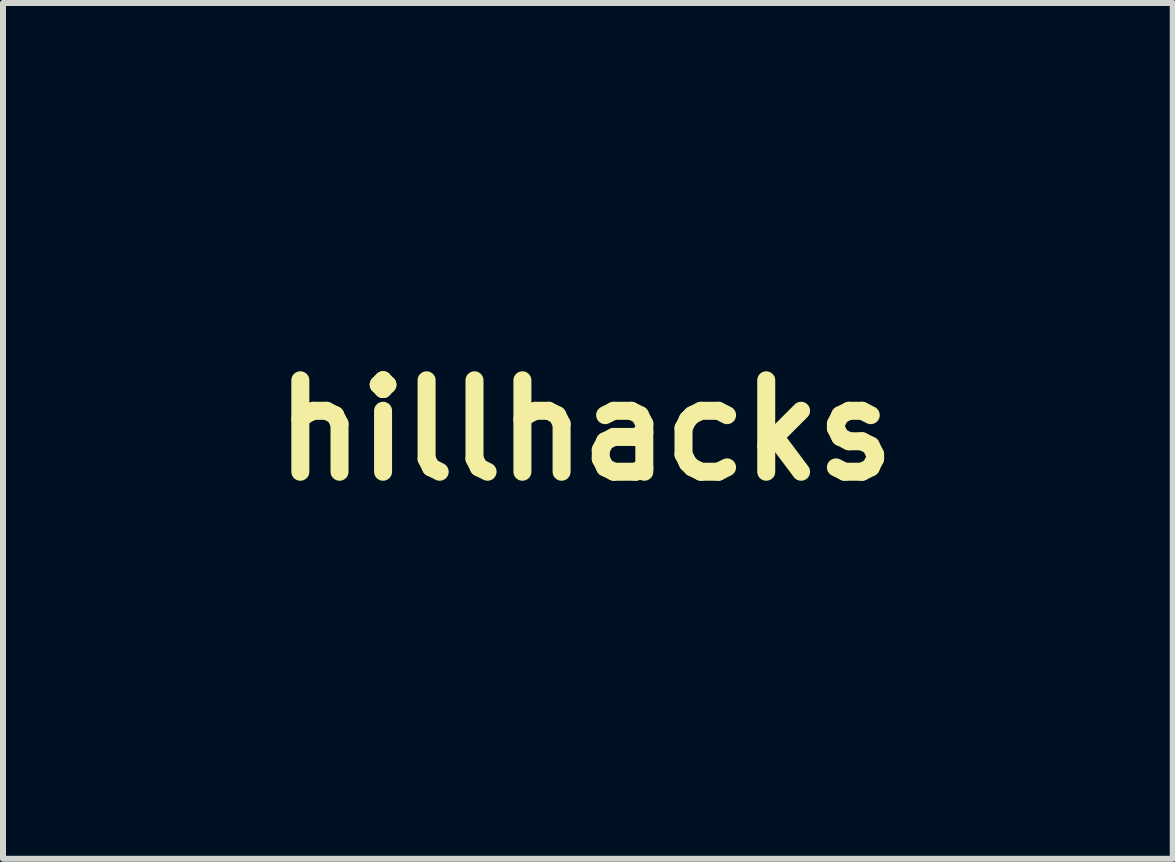
<source format=kicad_pcb>
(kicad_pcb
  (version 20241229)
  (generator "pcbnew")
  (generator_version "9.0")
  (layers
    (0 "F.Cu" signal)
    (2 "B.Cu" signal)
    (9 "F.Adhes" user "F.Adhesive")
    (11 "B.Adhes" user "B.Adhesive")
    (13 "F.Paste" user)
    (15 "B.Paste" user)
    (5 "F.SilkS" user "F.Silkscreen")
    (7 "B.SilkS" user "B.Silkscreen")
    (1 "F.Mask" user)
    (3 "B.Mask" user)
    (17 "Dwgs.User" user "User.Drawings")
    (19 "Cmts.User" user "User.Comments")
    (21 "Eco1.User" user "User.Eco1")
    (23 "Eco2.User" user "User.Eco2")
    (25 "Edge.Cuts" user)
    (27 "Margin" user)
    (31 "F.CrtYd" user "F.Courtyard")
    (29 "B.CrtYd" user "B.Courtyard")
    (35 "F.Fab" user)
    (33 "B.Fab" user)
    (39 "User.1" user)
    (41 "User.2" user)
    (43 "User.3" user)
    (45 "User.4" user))
  (footprint "hillhacks"
    (layer "F.Cu")
    (at 6.709 4.123)
    (property "Reference" "hillhacks" (at 0 0 0) (layer "F.SilkS") (effects (font (size 1.524 1.524) (thickness 0.3))))
    (attr through_hole)
    (fp_poly (pts (xy 3.708 -0.8) (xy 3.696 -0.787) (xy 3.683 -0.8) (xy 3.696 -0.813) (xy 3.708 -0.8)) (stroke (width 0.01) (type solid)) (fill yes) (layer "F.Mask"))
    (fp_poly (pts (xy 3.988 -2.172) (xy 3.975 -2.159) (xy 3.962 -2.172) (xy 3.975 -2.184) (xy 3.988 -2.172)) (stroke (width 0.01) (type solid)) (fill yes) (layer "F.Mask"))
    (fp_poly (pts (xy 5.08 -2.629) (xy 5.067 -2.616) (xy 5.055 -2.629) (xy 5.067 -2.642) (xy 5.08 -2.629)) (stroke (width 0.01) (type solid)) (fill yes) (layer "F.Mask"))
    (fp_poly (pts (xy 6.579 0.241) (xy 6.566 0.254) (xy 6.553 0.241) (xy 6.566 0.229) (xy 6.579 0.241)) (stroke (width 0.01) (type solid)) (fill yes) (layer "F.Mask"))
    (fp_poly (pts (xy 3.624 -2.633) (xy 3.62 -2.618) (xy 3.607 -2.616) (xy 3.586 -2.625) (xy 3.59 -2.633) (xy 3.62 -2.636) (xy 3.624 -2.633)) (stroke (width 0.01) (type solid)) (fill yes) (layer "F.Mask"))
    (fp_poly (pts (xy 3.802 -2.252) (xy 3.805 -2.222) (xy 3.802 -2.218) (xy 3.786 -2.222) (xy 3.785 -2.235) (xy 3.794 -2.256) (xy 3.802 -2.252)) (stroke (width 0.01) (type solid)) (fill yes) (layer "F.Mask"))
    (fp_poly (pts (xy 4.157 -2.125) (xy 4.16 -2.095) (xy 4.157 -2.091) (xy 4.142 -2.095) (xy 4.14 -2.108) (xy 4.149 -2.129) (xy 4.157 -2.125)) (stroke (width 0.01) (type solid)) (fill yes) (layer "F.Mask"))
    (fp_poly (pts (xy 5.783 -1.897) (xy 5.779 -1.881) (xy 5.766 -1.88) (xy 5.745 -1.889) (xy 5.749 -1.897) (xy 5.779 -1.9) (xy 5.783 -1.897)) (stroke (width 0.01) (type solid)) (fill yes) (layer "F.Mask"))
    (fp_poly (pts (xy 4.748 0.031) (xy 4.744 0.054) (xy 4.73 0.073) (xy 4.714 0.054) (xy 4.704 0.017) (xy 4.709 0.007) (xy 4.734 0.003) (xy 4.748 0.031)) (stroke (width 0.01) (type solid)) (fill yes) (layer "F.Mask"))
    (fp_poly (pts (xy 0.431 -0.641) (xy 0.432 -0.635) (xy 0.411 -0.613) (xy 0.392 -0.61) (xy 0.366 -0.622) (xy 0.368 -0.635) (xy 0.401 -0.659) (xy 0.408 -0.66) (xy 0.431 -0.641)) (stroke (width 0.01) (type solid)) (fill yes) (layer "F.Mask"))
    (fp_poly (pts (xy 2.15 -0.492) (xy 2.146 -0.483) (xy 2.123 -0.458) (xy 2.119 -0.457) (xy 2.108 -0.477) (xy 2.108 -0.483) (xy 2.128 -0.507) (xy 2.135 -0.508) (xy 2.15 -0.492)) (stroke (width 0.01) (type solid)) (fill yes) (layer "F.Mask"))
    (fp_poly (pts (xy 2.181 -0.337) (xy 2.184 -0.319) (xy 2.171 -0.284) (xy 2.159 -0.279) (xy 2.134 -0.298) (xy 2.134 -0.303) (xy 2.152 -0.338) (xy 2.159 -0.343) (xy 2.181 -0.337)) (stroke (width 0.01) (type solid)) (fill yes) (layer "F.Mask"))
    (fp_poly (pts (xy 2.811 -0.568) (xy 2.807 -0.559) (xy 2.783 -0.535) (xy 2.778 -0.533) (xy 2.777 -0.55) (xy 2.781 -0.559) (xy 2.805 -0.583) (xy 2.81 -0.584) (xy 2.811 -0.568)) (stroke (width 0.01) (type solid)) (fill yes) (layer "F.Mask"))
    (fp_poly (pts (xy 5.181 -0.668) (xy 5.182 -0.662) (xy 5.163 -0.627) (xy 5.156 -0.622) (xy 5.134 -0.628) (xy 5.131 -0.646) (xy 5.144 -0.681) (xy 5.156 -0.686) (xy 5.181 -0.668)) (stroke (width 0.01) (type solid)) (fill yes) (layer "F.Mask"))
    (fp_poly (pts (xy 6.777 -0.8) (xy 6.782 -0.787) (xy 6.764 -0.763) (xy 6.758 -0.762) (xy 6.723 -0.78) (xy 6.718 -0.787) (xy 6.724 -0.809) (xy 6.742 -0.813) (xy 6.777 -0.8)) (stroke (width 0.01) (type solid)) (fill yes) (layer "F.Mask"))
    (fp_poly (pts (xy 6.474 0.02) (xy 6.502 0.029) (xy 6.561 0.064) (xy 6.579 0.101) (xy 6.563 0.149) (xy 6.525 0.159) (xy 6.48 0.132) (xy 6.466 0.114) (xy 6.431 0.05) (xy 6.433 0.02) (xy 6.474 0.02)) (stroke (width 0.01) (type solid)) (fill yes) (layer "F.Mask"))
    (fp_poly (pts (xy 0.429 -0.402) (xy 0.404 -0.371) (xy 0.381 -0.356) (xy 0.342 -0.341) (xy 0.33 -0.362) (xy 0.33 -0.367) (xy 0.336 -0.402) (xy 0.341 -0.406) (xy 0.371 -0.414) (xy 0.392 -0.422) (xy 0.426 -0.424) (xy 0.429 -0.402)) (stroke (width 0.01) (type solid)) (fill yes) (layer "F.Mask"))
    (fp_poly (pts (xy 1.972 -1.324) (xy 2.013 -1.279) (xy 2.028 -1.231) (xy 2.028 -1.228) (xy 2.002 -1.186) (xy 1.961 -1.174) (xy 1.925 -1.198) (xy 1.921 -1.207) (xy 1.907 -1.265) (xy 1.907 -1.318) (xy 1.92 -1.345) (xy 1.924 -1.345) (xy 1.972 -1.324)) (stroke (width 0.01) (type solid)) (fill yes) (layer "F.Mask"))
    (fp_poly (pts (xy -4.006 -3.97) (xy -3.988 -3.947) (xy -3.969 -3.906) (xy -3.954 -3.894) (xy -3.915 -3.847) (xy -3.878 -3.762) (xy -3.846 -3.65) (xy -3.823 -3.524) (xy -3.817 -3.46) (xy -3.807 -3.368) (xy -3.795 -3.298) (xy -3.782 -3.263) (xy -3.781 -3.262) (xy -3.77 -3.232) (xy -3.763 -3.171) (xy -3.76 -3.091) (xy -3.76 -3.01) (xy -3.765 -2.941) (xy -3.773 -2.901) (xy -3.778 -2.896) (xy -3.806 -2.915) (xy -3.838 -2.954) (xy -3.872 -3.01) (xy -3.915 -3.091) (xy -3.96 -3.183) (xy -4 -3.271) (xy -4.028 -3.343) (xy -4.039 -3.382) (xy -4.05 -3.426) (xy -4.077 -3.491) (xy -4.085 -3.506) (xy -4.122 -3.588) (xy -4.157 -3.684) (xy -4.165 -3.708) (xy -4.19 -3.782) (xy -4.213 -3.835) (xy -4.221 -3.847) (xy -4.242 -3.895) (xy -4.222 -3.929) (xy -4.191 -3.937) (xy -4.15 -3.945) (xy -4.14 -3.956) (xy -4.118 -3.97) (xy -4.065 -3.978) (xy -4.064 -3.978) (xy -4.006 -3.97)) (stroke (width 0.01) (type solid)) (fill yes) (layer "F.Mask"))
    (fp_poly (pts (xy -3.815 -2.476) (xy -3.81 -2.449) (xy -3.793 -2.399) (xy -3.772 -2.372) (xy -3.745 -2.327) (xy -3.713 -2.252) (xy -3.693 -2.189) (xy -3.667 -2.109) (xy -3.643 -2.051) (xy -3.63 -2.031) (xy -3.618 -1.999) (xy -3.608 -1.925) (xy -3.598 -1.816) (xy -3.59 -1.68) (xy -3.584 -1.525) (xy -3.58 -1.359) (xy -3.579 -1.19) (xy -3.58 -1.027) (xy -3.583 -0.913) (xy -3.589 -0.761) (xy -3.595 -0.652) (xy -3.603 -0.577) (xy -3.613 -0.526) (xy -3.628 -0.493) (xy -3.648 -0.467) (xy -3.653 -0.462) (xy -3.693 -0.424) (xy -3.715 -0.409) (xy -3.715 -0.409) (xy -3.741 -0.417) (xy -3.763 -0.423) (xy -3.8 -0.452) (xy -3.84 -0.51) (xy -3.85 -0.528) (xy -3.881 -0.591) (xy -3.906 -0.63) (xy -3.911 -0.635) (xy -3.932 -0.661) (xy -3.974 -0.718) (xy -4.029 -0.796) (xy -4.049 -0.826) (xy -4.111 -0.914) (xy -4.169 -0.99) (xy -4.211 -1.041) (xy -4.219 -1.049) (xy -4.243 -1.077) (xy -4.258 -1.113) (xy -4.264 -1.165) (xy -4.262 -1.244) (xy -4.252 -1.357) (xy -4.241 -1.46) (xy -4.223 -1.583) (xy -4.203 -1.67) (xy -4.181 -1.715) (xy -4.179 -1.716) (xy -4.156 -1.756) (xy -4.134 -1.826) (xy -4.125 -1.877) (xy -4.109 -1.959) (xy -4.087 -2.024) (xy -4.073 -2.045) (xy -4.044 -2.087) (xy -4.039 -2.106) (xy -4.025 -2.133) (xy -4.02 -2.134) (xy -3.995 -2.155) (xy -3.961 -2.209) (xy -3.925 -2.28) (xy -3.895 -2.354) (xy -3.878 -2.413) (xy -3.877 -2.424) (xy -3.863 -2.47) (xy -3.837 -2.489) (xy -3.815 -2.476)) (stroke (width 0.01) (type solid)) (fill yes) (layer "F.Mask"))
    (fp_poly (pts (xy 1.947 1.686) (xy 1.996 1.73) (xy 2.027 1.775) (xy 2.059 1.845) (xy 2.076 1.922) (xy 2.08 2.026) (xy 2.08 2.061) (xy 2.077 2.162) (xy 2.07 2.251) (xy 2.061 2.309) (xy 2.06 2.31) (xy 2.024 2.367) (xy 1.959 2.42) (xy 1.886 2.456) (xy 1.854 2.462) (xy 1.808 2.475) (xy 1.743 2.506) (xy 1.727 2.515) (xy 1.651 2.556) (xy 1.557 2.605) (xy 1.455 2.655) (xy 1.357 2.702) (xy 1.275 2.74) (xy 1.218 2.764) (xy 1.2 2.769) (xy 1.167 2.786) (xy 1.13 2.819) (xy 1.084 2.858) (xy 1.05 2.87) (xy 1.018 2.883) (xy 1.02 2.913) (xy 1.05 2.942) (xy 1.08 2.953) (xy 1.126 2.956) (xy 1.213 2.958) (xy 1.331 2.958) (xy 1.472 2.956) (xy 1.596 2.953) (xy 2.048 2.942) (xy 2.082 3.084) (xy 2.098 3.164) (xy 2.104 3.222) (xy 2.1 3.243) (xy 2.099 3.273) (xy 2.108 3.289) (xy 2.12 3.339) (xy 2.11 3.433) (xy 2.104 3.47) (xy 2.067 3.587) (xy 2.011 3.675) (xy 1.944 3.725) (xy 1.901 3.734) (xy 1.859 3.745) (xy 1.85 3.756) (xy 1.821 3.77) (xy 1.752 3.782) (xy 1.657 3.789) (xy 1.546 3.793) (xy 1.431 3.793) (xy 1.325 3.788) (xy 1.239 3.778) (xy 1.219 3.774) (xy 1.027 3.71) (xy 0.874 3.615) (xy 0.759 3.49) (xy 0.686 3.336) (xy 0.683 3.325) (xy 0.66 3.256) (xy 0.64 3.209) (xy 0.633 3.2) (xy 0.622 3.171) (xy 0.606 3.104) (xy 0.586 3.008) (xy 0.573 2.935) (xy 0.55 2.755) (xy 0.547 2.612) (xy 0.565 2.496) (xy 0.598 2.411) (xy 0.648 2.342) (xy 0.726 2.262) (xy 0.817 2.185) (xy 0.906 2.125) (xy 0.918 2.119) (xy 0.984 2.081) (xy 1.033 2.044) (xy 1.036 2.041) (xy 1.076 2.012) (xy 1.094 2.007) (xy 1.127 1.997) (xy 1.193 1.97) (xy 1.276 1.933) (xy 1.276 1.933) (xy 1.384 1.888) (xy 1.5 1.848) (xy 1.575 1.828) (xy 1.654 1.807) (xy 1.711 1.786) (xy 1.729 1.774) (xy 1.763 1.752) (xy 1.805 1.74) (xy 1.856 1.721) (xy 1.875 1.702) (xy 1.903 1.675) (xy 1.947 1.686)) (stroke (width 0.01) (type solid)) (fill yes) (layer "F.Mask"))
    (fp_poly (pts (xy -2.499 -3.58) (xy -2.483 -3.556) (xy -2.44 -3.492) (xy -2.403 -3.443) (xy -2.397 -3.436) (xy -2.368 -3.382) (xy -2.343 -3.29) (xy -2.324 -3.173) (xy -2.313 -3.043) (xy -2.311 -2.977) (xy -2.315 -2.893) (xy -2.324 -2.785) (xy -2.338 -2.664) (xy -2.355 -2.542) (xy -2.373 -2.429) (xy -2.391 -2.337) (xy -2.407 -2.277) (xy -2.415 -2.261) (xy -2.428 -2.23) (xy -2.442 -2.166) (xy -2.449 -2.121) (xy -2.468 -1.999) (xy -2.492 -1.872) (xy -2.516 -1.75) (xy -2.539 -1.648) (xy -2.558 -1.578) (xy -2.564 -1.562) (xy -2.582 -1.505) (xy -2.599 -1.425) (xy -2.602 -1.403) (xy -2.617 -1.295) (xy -2.292 -1.295) (xy -2.157 -1.295) (xy -2.064 -1.292) (xy -2.002 -1.286) (xy -1.962 -1.275) (xy -1.935 -1.257) (xy -1.917 -1.238) (xy -1.89 -1.185) (xy -1.872 -1.107) (xy -1.864 -1.021) (xy -1.867 -0.943) (xy -1.882 -0.887) (xy -1.899 -0.87) (xy -1.944 -0.844) (xy -1.967 -0.823) (xy -2.014 -0.798) (xy -2.088 -0.776) (xy -2.119 -0.771) (xy -2.188 -0.757) (xy -2.23 -0.741) (xy -2.235 -0.733) (xy -2.258 -0.719) (xy -2.314 -0.712) (xy -2.334 -0.711) (xy -2.41 -0.702) (xy -2.458 -0.67) (xy -2.474 -0.648) (xy -2.532 -0.596) (xy -2.579 -0.584) (xy -2.628 -0.572) (xy -2.642 -0.533) (xy -2.661 -0.483) (xy -2.686 -0.464) (xy -2.744 -0.431) (xy -2.764 -0.414) (xy -2.797 -0.389) (xy -2.827 -0.389) (xy -2.863 -0.421) (xy -2.913 -0.488) (xy -2.938 -0.526) (xy -2.999 -0.622) (xy -3.058 -0.722) (xy -3.093 -0.786) (xy -3.139 -0.876) (xy -3.186 -0.964) (xy -3.2 -0.991) (xy -3.232 -1.075) (xy -3.249 -1.172) (xy -3.25 -1.194) (xy -3.246 -1.277) (xy -3.234 -1.382) (xy -3.217 -1.496) (xy -3.197 -1.604) (xy -3.177 -1.694) (xy -3.157 -1.753) (xy -3.151 -1.764) (xy -3.134 -1.802) (xy -3.112 -1.876) (xy -3.089 -1.97) (xy -3.087 -1.983) (xy -3.062 -2.09) (xy -3.036 -2.189) (xy -3.012 -2.26) (xy -3.012 -2.261) (xy -2.978 -2.351) (xy -2.942 -2.457) (xy -2.91 -2.558) (xy -2.888 -2.637) (xy -2.884 -2.654) (xy -2.866 -2.718) (xy -2.838 -2.799) (xy -2.808 -2.872) (xy -2.788 -2.911) (xy -2.774 -2.952) (xy -2.759 -3.021) (xy -2.754 -3.05) (xy -2.72 -3.184) (xy -2.656 -3.346) (xy -2.613 -3.435) (xy -2.596 -3.495) (xy -2.591 -3.544) (xy -2.583 -3.588) (xy -2.565 -3.594) (xy -2.542 -3.599) (xy -2.54 -3.612) (xy -2.528 -3.614) (xy -2.499 -3.58)) (stroke (width 0.01) (type solid)) (fill yes) (layer "F.Mask"))
    (fp_poly (pts (xy -0.852 -3.629) (xy -0.846 -3.615) (xy -0.824 -3.568) (xy -0.784 -3.497) (xy -0.751 -3.442) (xy -0.719 -3.388) (xy -0.697 -3.341) (xy -0.684 -3.291) (xy -0.677 -3.225) (xy -0.674 -3.132) (xy -0.673 -3.001) (xy -0.673 -2.985) (xy -0.676 -2.81) (xy -0.684 -2.656) (xy -0.697 -2.531) (xy -0.713 -2.44) (xy -0.732 -2.391) (xy -0.736 -2.388) (xy -0.746 -2.359) (xy -0.761 -2.29) (xy -0.781 -2.191) (xy -0.802 -2.07) (xy -0.806 -2.047) (xy -0.828 -1.924) (xy -0.85 -1.819) (xy -0.869 -1.743) (xy -0.883 -1.706) (xy -0.885 -1.704) (xy -0.9 -1.673) (xy -0.916 -1.606) (xy -0.927 -1.537) (xy -0.938 -1.447) (xy -0.949 -1.373) (xy -0.956 -1.34) (xy -0.957 -1.321) (xy -0.943 -1.309) (xy -0.906 -1.301) (xy -0.838 -1.297) (xy -0.731 -1.295) (xy -0.656 -1.295) (xy -0.503 -1.292) (xy -0.392 -1.283) (xy -0.316 -1.263) (xy -0.265 -1.231) (xy -0.233 -1.182) (xy -0.21 -1.115) (xy -0.201 -1.045) (xy -0.205 -0.969) (xy -0.22 -0.904) (xy -0.243 -0.867) (xy -0.253 -0.864) (xy -0.287 -0.847) (xy -0.318 -0.822) (xy -0.367 -0.794) (xy -0.445 -0.773) (xy -0.485 -0.768) (xy -0.556 -0.757) (xy -0.602 -0.742) (xy -0.61 -0.733) (xy -0.632 -0.718) (xy -0.685 -0.711) (xy -0.686 -0.711) (xy -0.772 -0.687) (xy -0.818 -0.648) (xy -0.873 -0.603) (xy -0.931 -0.584) (xy -0.932 -0.584) (xy -0.979 -0.57) (xy -0.991 -0.533) (xy -1.01 -0.483) (xy -1.035 -0.465) (xy -1.084 -0.433) (xy -1.1 -0.415) (xy -1.141 -0.381) (xy -1.189 -0.392) (xy -1.237 -0.445) (xy -1.257 -0.483) (xy -1.289 -0.544) (xy -1.315 -0.58) (xy -1.322 -0.584) (xy -1.341 -0.606) (xy -1.371 -0.66) (xy -1.394 -0.71) (xy -1.429 -0.783) (xy -1.461 -0.837) (xy -1.475 -0.852) (xy -1.51 -0.895) (xy -1.546 -0.97) (xy -1.576 -1.062) (xy -1.596 -1.152) (xy -1.599 -1.202) (xy -1.591 -1.323) (xy -1.568 -1.471) (xy -1.529 -1.651) (xy -1.473 -1.867) (xy -1.4 -2.123) (xy -1.354 -2.273) (xy -1.322 -2.375) (xy -1.291 -2.464) (xy -1.269 -2.523) (xy -1.265 -2.532) (xy -1.242 -2.596) (xy -1.234 -2.634) (xy -1.222 -2.694) (xy -1.198 -2.773) (xy -1.17 -2.851) (xy -1.144 -2.905) (xy -1.14 -2.911) (xy -1.124 -2.951) (xy -1.108 -3.022) (xy -1.102 -3.063) (xy -1.083 -3.153) (xy -1.052 -3.233) (xy -1.039 -3.257) (xy -1.005 -3.32) (xy -0.991 -3.376) (xy -0.979 -3.425) (xy -0.965 -3.442) (xy -0.946 -3.477) (xy -0.94 -3.521) (xy -0.925 -3.586) (xy -0.902 -3.623) (xy -0.87 -3.647) (xy -0.852 -3.629)) (stroke (width 0.01) (type solid)) (fill yes) (layer "F.Mask"))
    (fp_poly (pts (xy -6.287 -3.914) (xy -6.255 -3.848) (xy -6.251 -3.835) (xy -6.226 -3.765) (xy -6.205 -3.718) (xy -6.198 -3.708) (xy -6.182 -3.677) (xy -6.16 -3.608) (xy -6.136 -3.516) (xy -6.113 -3.413) (xy -6.109 -3.391) (xy -6.102 -3.338) (xy -6.093 -3.247) (xy -6.083 -3.127) (xy -6.072 -2.992) (xy -6.069 -2.946) (xy -6.054 -2.731) (xy -6.041 -2.561) (xy -6.03 -2.432) (xy -6.021 -2.34) (xy -6.013 -2.28) (xy -6.006 -2.247) (xy -5.998 -2.236) (xy -5.998 -2.236) (xy -5.97 -2.252) (xy -5.92 -2.291) (xy -5.894 -2.312) (xy -5.835 -2.358) (xy -5.788 -2.385) (xy -5.777 -2.388) (xy -5.738 -2.402) (xy -5.683 -2.438) (xy -5.677 -2.443) (xy -5.629 -2.473) (xy -5.571 -2.49) (xy -5.487 -2.498) (xy -5.412 -2.5) (xy -5.311 -2.499) (xy -5.241 -2.491) (xy -5.186 -2.471) (xy -5.126 -2.433) (xy -5.088 -2.406) (xy -5.006 -2.337) (xy -4.942 -2.259) (xy -4.882 -2.155) (xy -4.868 -2.127) (xy -4.744 -1.829) (xy -4.647 -1.506) (xy -4.6 -1.293) (xy -4.577 -1.175) (xy -4.554 -1.071) (xy -4.534 -0.993) (xy -4.525 -0.962) (xy -4.504 -0.875) (xy -4.493 -0.765) (xy -4.493 -0.679) (xy -4.512 -0.641) (xy -4.55 -0.635) (xy -4.59 -0.658) (xy -4.612 -0.699) (xy -4.636 -0.746) (xy -4.664 -0.762) (xy -4.696 -0.779) (xy -4.699 -0.792) (xy -4.715 -0.824) (xy -4.756 -0.882) (xy -4.815 -0.955) (xy -4.826 -0.968) (xy -4.888 -1.045) (xy -4.933 -1.114) (xy -4.953 -1.162) (xy -4.953 -1.166) (xy -4.962 -1.209) (xy -4.976 -1.219) (xy -4.989 -1.228) (xy -5.002 -1.259) (xy -5.016 -1.319) (xy -5.033 -1.416) (xy -5.052 -1.537) (xy -5.069 -1.633) (xy -5.09 -1.719) (xy -5.103 -1.761) (xy -5.125 -1.806) (xy -5.154 -1.823) (xy -5.21 -1.82) (xy -5.239 -1.816) (xy -5.34 -1.784) (xy -5.461 -1.719) (xy -5.591 -1.631) (xy -5.719 -1.526) (xy -5.81 -1.436) (xy -5.874 -1.366) (xy -5.921 -1.312) (xy -5.943 -1.282) (xy -5.944 -1.28) (xy -5.957 -1.254) (xy -5.993 -1.199) (xy -6.044 -1.126) (xy -6.045 -1.124) (xy -6.096 -1.049) (xy -6.133 -0.988) (xy -6.147 -0.955) (xy -6.147 -0.955) (xy -6.158 -0.915) (xy -6.186 -0.856) (xy -6.188 -0.851) (xy -6.218 -0.76) (xy -6.231 -0.644) (xy -6.225 -0.526) (xy -6.215 -0.476) (xy -6.208 -0.421) (xy -6.227 -0.41) (xy -6.268 -0.443) (xy -6.281 -0.457) (xy -6.313 -0.5) (xy -6.325 -0.521) (xy -6.34 -0.547) (xy -6.369 -0.583) (xy -6.435 -0.663) (xy -6.517 -0.774) (xy -6.603 -0.9) (xy -6.634 -0.948) (xy -6.671 -1.008) (xy -6.694 -1.057) (xy -6.704 -1.109) (xy -6.704 -1.18) (xy -6.698 -1.285) (xy -6.697 -1.304) (xy -6.686 -1.444) (xy -6.676 -1.546) (xy -6.663 -1.622) (xy -6.647 -1.687) (xy -6.644 -1.697) (xy -6.637 -1.736) (xy -6.627 -1.816) (xy -6.614 -1.927) (xy -6.599 -2.06) (xy -6.591 -2.146) (xy -6.565 -2.4) (xy -6.541 -2.609) (xy -6.518 -2.779) (xy -6.497 -2.915) (xy -6.479 -3.006) (xy -6.447 -3.171) (xy -6.418 -3.363) (xy -6.396 -3.558) (xy -6.387 -3.658) (xy -6.379 -3.758) (xy -6.373 -3.843) (xy -6.368 -3.896) (xy -6.368 -3.899) (xy -6.352 -3.944) (xy -6.322 -3.948) (xy -6.287 -3.914)) (stroke (width 0.01) (type solid)) (fill yes) (layer "F.Mask"))
    (fp_poly (pts (xy -3.872 0.245) (xy -3.844 0.296) (xy -3.831 0.338) (xy -3.808 0.406) (xy -3.789 0.45) (xy -3.783 0.457) (xy -3.756 0.502) (xy -3.728 0.589) (xy -3.701 0.712) (xy -3.676 0.864) (xy -3.653 1.036) (xy -3.634 1.221) (xy -3.621 1.412) (xy -3.614 1.581) (xy -3.609 1.73) (xy -3.603 1.835) (xy -3.596 1.903) (xy -3.586 1.941) (xy -3.572 1.955) (xy -3.567 1.956) (xy -3.534 1.941) (xy -3.531 1.929) (xy -3.509 1.905) (xy -3.454 1.872) (xy -3.41 1.851) (xy -3.332 1.815) (xy -3.271 1.78) (xy -3.251 1.766) (xy -3.176 1.727) (xy -3.07 1.703) (xy -2.952 1.696) (xy -2.839 1.707) (xy -2.749 1.737) (xy -2.741 1.741) (xy -2.628 1.826) (xy -2.532 1.926) (xy -2.468 2.027) (xy -2.459 2.05) (xy -2.434 2.105) (xy -2.412 2.133) (xy -2.409 2.134) (xy -2.393 2.156) (xy -2.368 2.215) (xy -2.338 2.3) (xy -2.332 2.318) (xy -2.302 2.408) (xy -2.277 2.477) (xy -2.26 2.513) (xy -2.258 2.515) (xy -2.248 2.543) (xy -2.231 2.612) (xy -2.21 2.71) (xy -2.188 2.828) (xy -2.187 2.832) (xy -2.163 2.955) (xy -2.14 3.064) (xy -2.12 3.146) (xy -2.105 3.189) (xy -2.091 3.242) (xy -2.08 3.325) (xy -2.075 3.402) (xy -2.074 3.491) (xy -2.081 3.542) (xy -2.098 3.565) (xy -2.115 3.57) (xy -2.16 3.555) (xy -2.188 3.524) (xy -2.22 3.47) (xy -2.239 3.443) (xy -2.269 3.407) (xy -2.316 3.352) (xy -2.326 3.34) (xy -2.442 3.186) (xy -2.526 3.043) (xy -2.573 2.918) (xy -2.579 2.889) (xy -2.592 2.819) (xy -2.607 2.775) (xy -2.613 2.769) (xy -2.626 2.747) (xy -2.632 2.699) (xy -2.637 2.587) (xy -2.647 2.513) (xy -2.663 2.463) (xy -2.688 2.423) (xy -2.693 2.417) (xy -2.725 2.382) (xy -2.756 2.37) (xy -2.803 2.379) (xy -2.86 2.397) (xy -3.019 2.472) (xy -3.183 2.586) (xy -3.343 2.73) (xy -3.49 2.895) (xy -3.616 3.071) (xy -3.711 3.249) (xy -3.728 3.289) (xy -3.757 3.358) (xy -3.782 3.407) (xy -3.788 3.415) (xy -3.804 3.459) (xy -3.809 3.531) (xy -3.806 3.61) (xy -3.795 3.675) (xy -3.782 3.701) (xy -3.763 3.747) (xy -3.763 3.774) (xy -3.774 3.794) (xy -3.799 3.786) (xy -3.846 3.745) (xy -3.88 3.712) (xy -3.937 3.651) (xy -3.976 3.603) (xy -3.988 3.582) (xy -4.003 3.549) (xy -4.038 3.501) (xy -4.077 3.45) (xy -4.132 3.373) (xy -4.191 3.285) (xy -4.193 3.283) (xy -4.297 3.123) (xy -4.265 2.806) (xy -4.251 2.686) (xy -4.237 2.587) (xy -4.224 2.518) (xy -4.213 2.49) (xy -4.212 2.489) (xy -4.197 2.467) (xy -4.191 2.419) (xy -4.189 2.364) (xy -4.182 2.273) (xy -4.172 2.163) (xy -4.166 2.108) (xy -4.153 1.979) (xy -4.137 1.823) (xy -4.12 1.661) (xy -4.11 1.556) (xy -4.097 1.437) (xy -4.084 1.339) (xy -4.072 1.272) (xy -4.063 1.245) (xy -4.062 1.245) (xy -4.051 1.222) (xy -4.039 1.162) (xy -4.031 1.099) (xy -4.022 1.006) (xy -4.011 0.924) (xy -4.005 0.889) (xy -3.997 0.838) (xy -3.985 0.751) (xy -3.972 0.639) (xy -3.961 0.541) (xy -3.941 0.391) (xy -3.92 0.292) (xy -3.897 0.243) (xy -3.872 0.245)) (stroke (width 0.01) (type solid)) (fill yes) (layer "F.Mask"))
    (fp_poly (pts (xy 5.511 1.682) (xy 5.617 1.693) (xy 5.702 1.712) (xy 5.754 1.741) (xy 5.766 1.766) (xy 5.781 1.8) (xy 5.792 1.803) (xy 5.819 1.825) (xy 5.849 1.876) (xy 5.853 1.886) (xy 5.889 1.978) (xy 5.904 2.036) (xy 5.897 2.07) (xy 5.866 2.093) (xy 5.828 2.109) (xy 5.762 2.14) (xy 5.715 2.172) (xy 5.711 2.177) (xy 5.67 2.204) (xy 5.603 2.231) (xy 5.585 2.236) (xy 5.523 2.258) (xy 5.489 2.281) (xy 5.486 2.287) (xy 5.466 2.309) (xy 5.452 2.311) (xy 5.41 2.327) (xy 5.357 2.364) (xy 5.317 2.402) (xy 5.314 2.423) (xy 5.345 2.445) (xy 5.347 2.446) (xy 5.401 2.474) (xy 5.478 2.509) (xy 5.512 2.523) (xy 5.605 2.562) (xy 5.698 2.6) (xy 5.721 2.61) (xy 5.781 2.638) (xy 5.814 2.662) (xy 5.817 2.667) (xy 5.837 2.689) (xy 5.885 2.719) (xy 5.886 2.72) (xy 5.948 2.761) (xy 6.023 2.826) (xy 6.099 2.901) (xy 6.164 2.974) (xy 6.204 3.033) (xy 6.21 3.047) (xy 6.232 3.088) (xy 6.248 3.099) (xy 6.269 3.121) (xy 6.295 3.18) (xy 6.323 3.26) (xy 6.347 3.347) (xy 6.365 3.428) (xy 6.37 3.489) (xy 6.37 3.497) (xy 6.352 3.571) (xy 6.324 3.632) (xy 6.294 3.668) (xy 6.273 3.67) (xy 6.239 3.674) (xy 6.186 3.703) (xy 6.173 3.712) (xy 6.126 3.741) (xy 6.071 3.758) (xy 5.994 3.768) (xy 5.88 3.772) (xy 5.874 3.772) (xy 5.742 3.776) (xy 5.587 3.782) (xy 5.438 3.79) (xy 5.397 3.792) (xy 5.282 3.797) (xy 5.179 3.797) (xy 5.104 3.793) (xy 5.079 3.788) (xy 4.996 3.755) (xy 4.927 3.723) (xy 5.978 3.723) (xy 5.979 3.732) (xy 6.012 3.733) (xy 6.064 3.723) (xy 6.084 3.707) (xy 6.094 3.677) (xy 6.065 3.679) (xy 6.02 3.7) (xy 5.978 3.723) (xy 4.927 3.723) (xy 4.896 3.709) (xy 4.795 3.657) (xy 4.706 3.606) (xy 4.646 3.565) (xy 4.637 3.557) (xy 4.526 3.452) (xy 4.445 3.383) (xy 4.397 3.35) (xy 4.393 3.348) (xy 4.374 3.33) (xy 4.388 3.289) (xy 4.393 3.279) (xy 4.422 3.241) (xy 4.463 3.231) (xy 4.514 3.238) (xy 4.593 3.26) (xy 4.66 3.291) (xy 4.661 3.292) (xy 4.723 3.315) (xy 4.824 3.332) (xy 4.951 3.343) (xy 5.094 3.348) (xy 5.241 3.346) (xy 5.379 3.336) (xy 5.437 3.329) (xy 5.59 3.299) (xy 5.698 3.259) (xy 5.763 3.208) (xy 5.79 3.143) (xy 5.791 3.122) (xy 5.791 3.089) (xy 5.785 3.066) (xy 5.764 3.052) (xy 5.721 3.045) (xy 5.646 3.041) (xy 5.532 3.039) (xy 5.486 3.038) (xy 5.291 3.019) (xy 5.135 2.967) (xy 5.016 2.884) (xy 4.963 2.819) (xy 4.91 2.742) (xy 4.847 2.655) (xy 4.827 2.629) (xy 4.767 2.546) (xy 4.707 2.462) (xy 4.69 2.438) (xy 4.637 2.369) (xy 4.584 2.31) (xy 4.575 2.301) (xy 4.53 2.229) (xy 4.521 2.171) (xy 4.528 2.12) (xy 4.553 2.075) (xy 4.608 2.023) (xy 4.656 1.985) (xy 4.743 1.923) (xy 4.832 1.869) (xy 4.888 1.84) (xy 4.959 1.806) (xy 5.012 1.773) (xy 5.02 1.766) (xy 5.078 1.731) (xy 5.166 1.705) (xy 5.275 1.688) (xy 5.393 1.681) (xy 5.511 1.682)) (stroke (width 0.01) (type solid)) (fill yes) (layer "F.Mask"))
    (fp_poly (pts (xy -0.345 1.681) (xy -0.296 1.698) (xy -0.257 1.738) (xy -0.216 1.813) (xy -0.203 1.841) (xy -0.157 1.926) (xy -0.108 2.001) (xy -0.085 2.03) (xy -0.042 2.098) (xy -0.013 2.181) (xy -0.012 2.189) (xy 0.003 2.251) (xy 0.019 2.284) (xy 0.023 2.286) (xy 0.037 2.309) (xy 0.059 2.369) (xy 0.083 2.454) (xy 0.087 2.47) (xy 0.115 2.573) (xy 0.143 2.666) (xy 0.165 2.73) (xy 0.166 2.731) (xy 0.185 2.788) (xy 0.21 2.88) (xy 0.238 2.992) (xy 0.254 3.061) (xy 0.279 3.173) (xy 0.304 3.271) (xy 0.323 3.342) (xy 0.331 3.365) (xy 0.349 3.424) (xy 0.369 3.519) (xy 0.389 3.636) (xy 0.407 3.762) (xy 0.422 3.881) (xy 0.431 3.979) (xy 0.432 4.018) (xy 0.427 4.1) (xy 0.41 4.135) (xy 0.38 4.123) (xy 0.346 4.083) (xy 0.264 3.964) (xy 0.19 3.843) (xy 0.132 3.734) (xy 0.097 3.651) (xy 0.096 3.65) (xy 0.067 3.581) (xy 0.03 3.534) (xy 0.022 3.529) (xy -0.015 3.492) (xy -0.056 3.427) (xy -0.074 3.391) (xy -0.111 3.319) (xy -0.147 3.284) (xy -0.188 3.277) (xy -0.242 3.286) (xy -0.267 3.302) (xy -0.297 3.317) (xy -0.306 3.314) (xy -0.336 3.322) (xy -0.385 3.361) (xy -0.441 3.418) (xy -0.496 3.483) (xy -0.539 3.544) (xy -0.558 3.59) (xy -0.559 3.595) (xy -0.58 3.628) (xy -0.616 3.646) (xy -0.67 3.669) (xy -0.745 3.71) (xy -0.79 3.737) (xy -0.852 3.773) (xy -0.909 3.795) (xy -0.976 3.806) (xy -1.071 3.81) (xy -1.127 3.81) (xy -1.272 3.805) (xy -1.382 3.785) (xy -1.472 3.746) (xy -1.559 3.682) (xy -1.594 3.65) (xy -1.674 3.545) (xy -1.741 3.401) (xy -1.792 3.228) (xy -1.823 3.038) (xy -1.824 3.012) (xy -1.515 3.012) (xy -1.511 3.023) (xy -1.492 3.044) (xy -1.465 3.041) (xy -1.414 3.011) (xy -1.409 3.007) (xy -1.364 2.966) (xy -1.346 2.931) (xy -1.325 2.902) (xy -1.297 2.896) (xy -1.246 2.879) (xy -1.227 2.86) (xy -1.197 2.83) (xy -1.137 2.782) (xy -1.056 2.723) (xy -1.023 2.7) (xy -0.939 2.636) (xy -0.853 2.558) (xy -0.773 2.475) (xy -0.707 2.396) (xy -0.661 2.328) (xy -0.643 2.28) (xy -0.647 2.266) (xy -0.676 2.269) (xy -0.737 2.293) (xy -0.819 2.333) (xy -0.911 2.382) (xy -1.002 2.435) (xy -1.082 2.485) (xy -1.121 2.514) (xy -1.265 2.638) (xy -1.375 2.754) (xy -1.444 2.856) (xy -1.45 2.87) (xy -1.474 2.933) (xy -1.482 2.976) (xy -1.48 2.982) (xy -1.485 2.996) (xy -1.496 2.997) (xy -1.515 3.012) (xy -1.824 3.012) (xy -1.831 2.888) (xy -1.828 2.781) (xy -1.815 2.7) (xy -1.784 2.621) (xy -1.748 2.55) (xy -1.692 2.455) (xy -1.631 2.365) (xy -1.587 2.309) (xy -1.526 2.246) (xy -1.449 2.175) (xy -1.365 2.105) (xy -1.286 2.043) (xy -1.223 1.999) (xy -1.185 1.981) (xy -1.184 1.981) (xy -1.143 1.965) (xy -1.103 1.936) (xy -1.039 1.891) (xy -0.955 1.851) (xy -0.87 1.823) (xy -0.802 1.814) (xy -0.785 1.817) (xy -0.746 1.818) (xy -0.737 1.805) (xy -0.757 1.778) (xy -0.768 1.775) (xy -0.776 1.768) (xy -0.745 1.753) (xy -0.687 1.734) (xy -0.614 1.714) (xy -0.537 1.696) (xy -0.467 1.683) (xy -0.419 1.678) (xy -0.345 1.681)) (stroke (width 0.01) (type solid)) (fill yes) (layer "F.Mask"))
    (fp_poly (pts (xy 3.027 0.801) (xy 3.077 0.937) (xy 3.112 1.05) (xy 3.136 1.157) (xy 3.149 1.271) (xy 3.155 1.407) (xy 3.157 1.579) (xy 3.157 1.581) (xy 3.158 1.716) (xy 3.162 1.828) (xy 3.168 1.91) (xy 3.176 1.952) (xy 3.18 1.956) (xy 3.213 1.943) (xy 3.271 1.909) (xy 3.297 1.892) (xy 3.36 1.853) (xy 3.41 1.831) (xy 3.421 1.829) (xy 3.461 1.81) (xy 3.472 1.797) (xy 3.509 1.761) (xy 3.55 1.734) (xy 3.64 1.682) (xy 3.702 1.644) (xy 3.75 1.607) (xy 3.796 1.567) (xy 3.856 1.512) (xy 3.906 1.466) (xy 3.914 1.459) (xy 3.956 1.429) (xy 3.977 1.422) (xy 4.009 1.406) (xy 4.061 1.367) (xy 4.081 1.351) (xy 4.159 1.293) (xy 4.249 1.241) (xy 4.267 1.232) (xy 4.335 1.205) (xy 4.373 1.201) (xy 4.394 1.219) (xy 4.394 1.22) (xy 4.408 1.26) (xy 4.405 1.273) (xy 4.413 1.296) (xy 4.421 1.3) (xy 4.439 1.328) (xy 4.461 1.391) (xy 4.479 1.463) (xy 4.496 1.574) (xy 4.495 1.664) (xy 4.481 1.734) (xy 4.466 1.805) (xy 4.461 1.854) (xy 4.463 1.864) (xy 4.449 1.882) (xy 4.4 1.92) (xy 4.326 1.971) (xy 4.283 1.998) (xy 4.197 2.055) (xy 4.131 2.104) (xy 4.094 2.138) (xy 4.089 2.146) (xy 4.068 2.181) (xy 4.01 2.236) (xy 3.922 2.307) (xy 3.81 2.389) (xy 3.682 2.476) (xy 3.6 2.528) (xy 3.534 2.575) (xy 3.49 2.617) (xy 3.48 2.638) (xy 3.495 2.68) (xy 3.532 2.735) (xy 3.537 2.741) (xy 3.594 2.814) (xy 3.645 2.882) (xy 3.694 2.948) (xy 3.755 3.025) (xy 3.773 3.046) (xy 3.901 3.202) (xy 3.995 3.324) (xy 4.053 3.411) (xy 4.067 3.439) (xy 4.096 3.487) (xy 4.119 3.505) (xy 4.13 3.528) (xy 4.138 3.588) (xy 4.14 3.658) (xy 4.137 3.738) (xy 4.128 3.793) (xy 4.118 3.81) (xy 4.076 3.79) (xy 4.008 3.735) (xy 3.918 3.647) (xy 3.811 3.532) (xy 3.69 3.394) (xy 3.561 3.238) (xy 3.543 3.217) (xy 3.432 3.085) (xy 3.334 2.981) (xy 3.252 2.909) (xy 3.193 2.873) (xy 3.177 2.87) (xy 3.12 2.885) (xy 3.054 2.921) (xy 3.048 2.925) (xy 2.994 2.979) (xy 2.966 3.052) (xy 2.958 3.097) (xy 2.94 3.192) (xy 2.915 3.283) (xy 2.908 3.302) (xy 2.884 3.369) (xy 2.854 3.467) (xy 2.823 3.576) (xy 2.816 3.6) (xy 2.789 3.695) (xy 2.764 3.768) (xy 2.746 3.806) (xy 2.741 3.81) (xy 2.709 3.794) (xy 2.683 3.772) (xy 2.643 3.741) (xy 2.624 3.734) (xy 2.599 3.714) (xy 2.565 3.663) (xy 2.553 3.643) (xy 2.508 3.568) (xy 2.462 3.504) (xy 2.456 3.497) (xy 2.433 3.465) (xy 2.42 3.425) (xy 2.416 3.365) (xy 2.419 3.273) (xy 2.423 3.215) (xy 2.432 3.112) (xy 2.443 3.03) (xy 2.453 2.981) (xy 2.458 2.973) (xy 2.48 2.938) (xy 2.484 2.924) (xy 2.491 2.88) (xy 2.503 2.797) (xy 2.518 2.688) (xy 2.534 2.563) (xy 2.551 2.436) (xy 2.566 2.316) (xy 2.578 2.218) (xy 2.583 2.165) (xy 2.594 2.091) (xy 2.608 2.042) (xy 2.616 2.032) (xy 2.629 2.009) (xy 2.643 1.95) (xy 2.652 1.886) (xy 2.668 1.77) (xy 2.688 1.651) (xy 2.711 1.541) (xy 2.734 1.45) (xy 2.754 1.39) (xy 2.764 1.373) (xy 2.786 1.34) (xy 2.801 1.295) (xy 2.826 1.194) (xy 2.855 1.085) (xy 2.884 0.985) (xy 2.909 0.907) (xy 2.921 0.876) (xy 2.939 0.818) (xy 2.951 0.739) (xy 2.952 0.725) (xy 2.959 0.625) (xy 3.027 0.801)) (stroke (width 0.01) (type solid)) (fill yes) (layer "F.Mask"))
    (fp_poly (pts (xy 3.713 -2.167) (xy 3.775 -2.121) (xy 3.853 -2.055) (xy 3.912 -2.001) (xy 3.992 -1.925) (xy 4.058 -1.866) (xy 4.102 -1.829) (xy 4.115 -1.82) (xy 4.14 -1.805) (xy 4.172 -1.774) (xy 4.2 -1.74) (xy 4.2 -1.727) (xy 4.207 -1.71) (xy 4.24 -1.666) (xy 4.283 -1.616) (xy 4.349 -1.541) (xy 4.409 -1.471) (xy 4.437 -1.438) (xy 4.502 -1.386) (xy 4.557 -1.372) (xy 4.609 -1.359) (xy 4.623 -1.335) (xy 4.637 -1.299) (xy 4.676 -1.235) (xy 4.732 -1.156) (xy 4.75 -1.133) (xy 4.821 -1.034) (xy 4.861 -0.959) (xy 4.876 -0.896) (xy 4.877 -0.879) (xy 4.871 -0.818) (xy 4.844 -0.788) (xy 4.801 -0.775) (xy 4.74 -0.749) (xy 4.727 -0.708) (xy 4.746 -0.666) (xy 4.785 -0.646) (xy 4.813 -0.651) (xy 4.843 -0.657) (xy 4.851 -0.635) (xy 4.845 -0.578) (xy 4.841 -0.509) (xy 4.86 -0.476) (xy 4.866 -0.473) (xy 4.899 -0.439) (xy 4.902 -0.421) (xy 4.918 -0.38) (xy 4.958 -0.321) (xy 4.985 -0.289) (xy 5.067 -0.195) (xy 4.97 -0.213) (xy 4.886 -0.219) (xy 4.838 -0.203) (xy 4.792 -0.188) (xy 4.753 -0.201) (xy 4.681 -0.228) (xy 4.638 -0.215) (xy 4.623 -0.16) (xy 4.623 -0.154) (xy 4.615 -0.095) (xy 4.597 -0.063) (xy 4.582 -0.033) (xy 4.586 -0.024) (xy 4.583 -0.004) (xy 4.552 -0.001) (xy 4.509 -0.012) (xy 4.472 -0.036) (xy 4.47 -0.038) (xy 4.454 -0.068) (xy 4.481 -0.076) (xy 4.489 -0.076) (xy 4.525 -0.086) (xy 4.53 -0.126) (xy 4.527 -0.14) (xy 4.502 -0.191) (xy 4.471 -0.203) (xy 4.418 -0.222) (xy 4.391 -0.245) (xy 4.344 -0.284) (xy 4.277 -0.32) (xy 4.273 -0.322) (xy 4.222 -0.351) (xy 4.202 -0.377) (xy 4.204 -0.381) (xy 4.196 -0.411) (xy 4.158 -0.454) (xy 4.148 -0.463) (xy 4.099 -0.506) (xy 4.027 -0.575) (xy 3.943 -0.656) (xy 3.899 -0.7) (xy 3.775 -0.821) (xy 3.681 -0.903) (xy 3.614 -0.948) (xy 3.574 -0.956) (xy 3.561 -0.941) (xy 3.535 -0.897) (xy 3.495 -0.851) (xy 3.427 -0.776) (xy 3.369 -0.7) (xy 3.328 -0.635) (xy 3.313 -0.591) (xy 3.315 -0.584) (xy 3.312 -0.557) (xy 3.264 -0.536) (xy 3.207 -0.526) (xy 3.146 -0.499) (xy 3.112 -0.468) (xy 3.085 -0.436) (xy 3.075 -0.444) (xy 3.074 -0.464) (xy 3.086 -0.501) (xy 3.1 -0.508) (xy 3.115 -0.524) (xy 3.111 -0.534) (xy 3.08 -0.548) (xy 3.07 -0.544) (xy 3.039 -0.551) (xy 2.992 -0.586) (xy 2.983 -0.596) (xy 2.933 -0.64) (xy 2.882 -0.652) (xy 2.826 -0.646) (xy 2.747 -0.622) (xy 2.683 -0.585) (xy 2.678 -0.581) (xy 2.622 -0.549) (xy 2.54 -0.524) (xy 2.504 -0.517) (xy 2.432 -0.508) (xy 2.4 -0.511) (xy 2.398 -0.529) (xy 2.409 -0.551) (xy 2.45 -0.608) (xy 2.476 -0.635) (xy 2.502 -0.666) (xy 2.497 -0.673) (xy 3.175 -0.673) (xy 3.188 -0.66) (xy 3.2 -0.673) (xy 3.188 -0.686) (xy 3.175 -0.673) (xy 2.497 -0.673) (xy 2.485 -0.688) (xy 2.441 -0.695) (xy 2.427 -0.688) (xy 2.369 -0.66) (xy 2.303 -0.649) (xy 2.245 -0.654) (xy 2.212 -0.677) (xy 2.21 -0.687) (xy 2.231 -0.714) (xy 2.283 -0.751) (xy 2.302 -0.762) (xy 2.464 -0.762) (xy 2.482 -0.737) (xy 2.488 -0.737) (xy 2.522 -0.755) (xy 2.527 -0.762) (xy 2.522 -0.784) (xy 2.503 -0.787) (xy 2.469 -0.774) (xy 2.464 -0.762) (xy 2.302 -0.762) (xy 2.35 -0.79) (xy 2.372 -0.8) (xy 2.565 -0.8) (xy 2.578 -0.787) (xy 2.591 -0.8) (xy 2.578 -0.813) (xy 2.565 -0.8) (xy 2.372 -0.8) (xy 2.418 -0.822) (xy 2.47 -0.838) (xy 2.477 -0.838) (xy 2.505 -0.842) (xy 2.5 -0.861) (xy 2.466 -0.9) (xy 2.428 -0.94) (xy 2.565 -0.94) (xy 2.574 -0.915) (xy 2.577 -0.914) (xy 2.598 -0.932) (xy 2.603 -0.94) (xy 2.601 -0.963) (xy 2.592 -0.965) (xy 2.566 -0.947) (xy 2.565 -0.94) (xy 2.428 -0.94) (xy 2.408 -0.961) (xy 2.48 -0.999) (xy 2.486 -1.003) (xy 2.642 -1.003) (xy 2.654 -0.991) (xy 2.667 -1.003) (xy 2.654 -1.016) (xy 2.642 -1.003) (xy 2.486 -1.003) (xy 2.537 -1.039) (xy 2.595 -1.098) (xy 2.643 -1.159) (xy 2.666 -1.208) (xy 2.667 -1.214) (xy 2.688 -1.237) (xy 2.739 -1.267) (xy 2.748 -1.272) (xy 2.82 -1.324) (xy 2.851 -1.39) (xy 2.895 -1.472) (xy 2.953 -1.515) (xy 3.01 -1.545) (xy 3.061 -1.579) (xy 3.114 -1.623) (xy 3.177 -1.684) (xy 3.257 -1.768) (xy 3.361 -1.881) (xy 3.39 -1.913) (xy 3.48 -2.01) (xy 3.562 -2.092) (xy 3.627 -2.151) (xy 3.67 -2.181) (xy 3.678 -2.184) (xy 3.713 -2.167)) (stroke (width 0.01) (type solid)) (fill yes) (layer "F.Mask"))
    (fp_poly (pts (xy 3.782 -3.938) (xy 3.857 -3.862) (xy 3.921 -3.801) (xy 3.966 -3.765) (xy 3.979 -3.759) (xy 4.006 -3.738) (xy 4.024 -3.696) (xy 4.052 -3.646) (xy 4.084 -3.631) (xy 4.129 -3.608) (xy 4.185 -3.546) (xy 4.244 -3.455) (xy 4.279 -3.386) (xy 4.319 -3.327) (xy 4.365 -3.291) (xy 4.368 -3.289) (xy 4.41 -3.264) (xy 4.421 -3.243) (xy 4.441 -3.214) (xy 4.492 -3.17) (xy 4.537 -3.14) (xy 4.605 -3.091) (xy 4.654 -3.046) (xy 4.668 -3.026) (xy 4.693 -2.983) (xy 4.747 -2.913) (xy 4.821 -2.822) (xy 4.909 -2.719) (xy 5.004 -2.614) (xy 5.004 -2.614) (xy 5.062 -2.55) (xy 5.11 -2.496) (xy 5.125 -2.478) (xy 5.166 -2.444) (xy 5.198 -2.443) (xy 5.207 -2.464) (xy 5.228 -2.486) (xy 5.25 -2.489) (xy 5.278 -2.482) (xy 5.264 -2.46) (xy 5.256 -2.422) (xy 5.28 -2.372) (xy 5.324 -2.327) (xy 5.376 -2.301) (xy 5.394 -2.299) (xy 5.435 -2.287) (xy 5.441 -2.244) (xy 5.44 -2.242) (xy 5.443 -2.197) (xy 5.457 -2.184) (xy 5.483 -2.165) (xy 5.529 -2.114) (xy 5.587 -2.041) (xy 5.608 -2.013) (xy 5.717 -1.87) (xy 5.805 -1.773) (xy 5.87 -1.721) (xy 5.91 -1.713) (xy 5.94 -1.705) (xy 5.944 -1.69) (xy 5.96 -1.643) (xy 6 -1.588) (xy 6.049 -1.54) (xy 6.094 -1.515) (xy 6.11 -1.515) (xy 6.136 -1.515) (xy 6.131 -1.486) (xy 6.132 -1.439) (xy 6.147 -1.422) (xy 6.171 -1.385) (xy 6.19 -1.317) (xy 6.203 -1.239) (xy 6.204 -1.172) (xy 6.196 -1.14) (xy 6.17 -1.125) (xy 6.124 -1.144) (xy 6.11 -1.152) (xy 6.044 -1.196) (xy 6.054 -1.105) (xy 6.08 -1.018) (xy 6.132 -0.944) (xy 6.196 -0.898) (xy 6.236 -0.889) (xy 6.283 -0.872) (xy 6.324 -0.815) (xy 6.337 -0.787) (xy 6.373 -0.725) (xy 6.41 -0.689) (xy 6.422 -0.686) (xy 6.447 -0.678) (xy 6.444 -0.67) (xy 6.45 -0.643) (xy 6.481 -0.589) (xy 6.529 -0.523) (xy 6.605 -0.425) (xy 6.656 -0.359) (xy 6.686 -0.318) (xy 6.7 -0.294) (xy 6.705 -0.28) (xy 6.706 -0.274) (xy 6.684 -0.263) (xy 6.63 -0.263) (xy 6.623 -0.264) (xy 6.558 -0.264) (xy 6.513 -0.252) (xy 6.513 -0.251) (xy 6.474 -0.246) (xy 6.412 -0.262) (xy 6.346 -0.289) (xy 6.294 -0.321) (xy 6.274 -0.349) (xy 6.253 -0.378) (xy 6.237 -0.381) (xy 6.214 -0.369) (xy 6.218 -0.326) (xy 6.222 -0.311) (xy 6.244 -0.232) (xy 6.253 -0.189) (xy 6.247 -0.169) (xy 6.233 -0.161) (xy 6.201 -0.172) (xy 6.152 -0.213) (xy 6.126 -0.24) (xy 6.071 -0.294) (xy 6.023 -0.326) (xy 6.008 -0.33) (xy 5.976 -0.348) (xy 5.971 -0.384) (xy 5.998 -0.412) (xy 5.998 -0.412) (xy 6.012 -0.434) (xy 6.007 -0.445) (xy 6.121 -0.445) (xy 6.134 -0.432) (xy 6.147 -0.445) (xy 6.134 -0.457) (xy 6.121 -0.445) (xy 6.007 -0.445) (xy 5.992 -0.478) (xy 5.949 -0.52) (xy 5.897 -0.521) (xy 5.843 -0.523) (xy 5.78 -0.559) (xy 5.745 -0.588) (xy 5.693 -0.638) (xy 5.664 -0.674) (xy 5.661 -0.684) (xy 5.649 -0.704) (xy 5.604 -0.732) (xy 5.604 -0.732) (xy 5.556 -0.762) (xy 5.537 -0.785) (xy 5.516 -0.796) (xy 5.471 -0.793) (xy 5.425 -0.788) (xy 5.42 -0.806) (xy 5.434 -0.836) (xy 5.448 -0.872) (xy 5.438 -0.907) (xy 5.4 -0.955) (xy 5.364 -0.992) (xy 5.299 -1.048) (xy 5.239 -1.084) (xy 5.21 -1.092) (xy 5.17 -1.101) (xy 5.163 -1.115) (xy 5.148 -1.143) (xy 5.104 -1.199) (xy 5.037 -1.275) (xy 5.002 -1.314) (xy 5.897 -1.314) (xy 5.903 -1.299) (xy 5.929 -1.272) (xy 5.943 -1.278) (xy 5.944 -1.281) (xy 5.926 -1.303) (xy 5.914 -1.311) (xy 5.897 -1.314) (xy 5.002 -1.314) (xy 4.953 -1.366) (xy 4.859 -1.464) (xy 4.763 -1.563) (xy 4.67 -1.654) (xy 4.588 -1.732) (xy 4.524 -1.788) (xy 4.484 -1.817) (xy 4.478 -1.82) (xy 4.433 -1.844) (xy 4.42 -1.869) (xy 4.399 -1.907) (xy 4.368 -1.931) (xy 4.325 -1.968) (xy 4.273 -2.032) (xy 4.251 -2.065) (xy 4.205 -2.129) (xy 4.14 -2.206) (xy 4.066 -2.287) (xy 3.99 -2.362) (xy 3.924 -2.422) (xy 3.876 -2.458) (xy 3.86 -2.464) (xy 3.844 -2.479) (xy 3.847 -2.487) (xy 3.838 -2.515) (xy 3.798 -2.561) (xy 3.766 -2.589) (xy 3.668 -2.652) (xy 3.579 -2.667) (xy 3.491 -2.635) (xy 3.405 -2.564) (xy 3.343 -2.506) (xy 3.3 -2.48) (xy 3.266 -2.482) (xy 3.255 -2.487) (xy 3.207 -2.498) (xy 3.169 -2.469) (xy 3.124 -2.404) (xy 3.083 -2.323) (xy 3.055 -2.247) (xy 3.048 -2.208) (xy 3.024 -2.168) (xy 2.965 -2.145) (xy 2.893 -2.124) (xy 2.84 -2.089) (xy 2.794 -2.027) (xy 2.756 -1.957) (xy 2.699 -1.863) (xy 2.634 -1.784) (xy 2.571 -1.73) (xy 2.519 -1.708) (xy 2.504 -1.71) (xy 2.462 -1.71) (xy 2.45 -1.7) (xy 2.416 -1.684) (xy 2.392 -1.687) (xy 2.332 -1.688) (xy 2.297 -1.653) (xy 2.298 -1.603) (xy 2.32 -1.561) (xy 2.339 -1.549) (xy 2.361 -1.53) (xy 2.362 -1.522) (xy 2.344 -1.503) (xy 2.33 -1.505) (xy 2.289 -1.499) (xy 2.238 -1.469) (xy 2.17 -1.434) (xy 2.11 -1.422) (xy 2.047 -1.412) (xy 2.012 -1.392) (xy 1.987 -1.377) (xy 1.981 -1.404) (xy 1.961 -1.436) (xy 1.912 -1.446) (xy 1.849 -1.437) (xy 1.788 -1.41) (xy 1.754 -1.38) (xy 1.707 -1.337) (xy 1.665 -1.321) (xy 1.582 -1.301) (xy 1.49 -1.252) (xy 1.407 -1.184) (xy 1.35 -1.112) (xy 1.343 -1.096) (xy 1.311 -1.052) (xy 1.281 -1.051) (xy 1.24 -1.045) (xy 1.168 -1.012) (xy 1.072 -0.958) (xy 1.04 -0.938) (xy 0.928 -0.87) (xy 0.85 -0.834) (xy 0.804 -0.831) (xy 0.788 -0.857) (xy 0.787 -0.863) (xy 0.808 -0.887) (xy 0.86 -0.92) (xy 0.882 -0.931) (xy 0.95 -0.975) (xy 0.999 -1.025) (xy 1.006 -1.036) (xy 1.044 -1.097) (xy 1.093 -1.157) (xy 1.126 -1.198) (xy 1.131 -1.219) (xy 1.128 -1.22) (xy 1.125 -1.23) (xy 1.143 -1.245) (xy 1.163 -1.265) (xy 1.154 -1.27) (xy 1.119 -1.253) (xy 1.072 -1.212) (xy 1.067 -1.206) (xy 1.014 -1.163) (xy 0.968 -1.143) (xy 0.965 -1.143) (xy 0.918 -1.124) (xy 0.865 -1.08) (xy 0.824 -1.028) (xy 0.813 -0.995) (xy 0.796 -0.967) (xy 0.787 -0.965) (xy 0.774 -0.988) (xy 0.766 -1.049) (xy 0.765 -1.111) (xy 0.768 -1.184) (xy 0.775 -1.214) (xy 0.784 -1.202) (xy 0.795 -1.171) (xy 0.812 -1.164) (xy 0.847 -1.183) (xy 0.911 -1.229) (xy 0.914 -1.232) (xy 0.991 -1.299) (xy 1.021 -1.352) (xy 1.021 -1.367) (xy 1.026 -1.384) (xy 1.067 -1.384) (xy 1.079 -1.372) (xy 1.092 -1.384) (xy 1.079 -1.397) (xy 1.067 -1.384) (xy 1.026 -1.384) (xy 1.032 -1.409) (xy 1.084 -1.441) (xy 1.095 -1.445) (xy 1.185 -1.467) (xy 1.263 -1.471) (xy 1.315 -1.457) (xy 1.327 -1.441) (xy 1.335 -1.441) (xy 1.34 -1.481) (xy 1.34 -1.486) (xy 1.372 -1.486) (xy 1.384 -1.473) (xy 1.397 -1.486) (xy 1.384 -1.499) (xy 1.372 -1.486) (xy 1.34 -1.486) (xy 1.34 -1.492) (xy 1.339 -1.553) (xy 1.324 -1.571) (xy 1.283 -1.556) (xy 1.268 -1.549) (xy 1.231 -1.536) (xy 1.219 -1.561) (xy 1.219 -1.571) (xy 1.228 -1.62) (xy 1.23 -1.625) (xy 1.372 -1.625) (xy 1.385 -1.601) (xy 1.42 -1.614) (xy 1.468 -1.663) (xy 1.471 -1.667) (xy 1.515 -1.734) (xy 1.52 -1.77) (xy 1.499 -1.778) (xy 1.475 -1.758) (xy 1.473 -1.746) (xy 1.454 -1.709) (xy 1.422 -1.682) (xy 1.383 -1.648) (xy 1.372 -1.625) (xy 1.23 -1.625) (xy 1.249 -1.676) (xy 1.275 -1.722) (xy 1.297 -1.741) (xy 1.301 -1.739) (xy 1.325 -1.745) (xy 1.346 -1.765) (xy 1.386 -1.797) (xy 1.407 -1.803) (xy 1.439 -1.821) (xy 1.494 -1.868) (xy 1.564 -1.936) (xy 1.639 -2.013) (xy 1.71 -2.092) (xy 1.767 -2.162) (xy 1.797 -2.204) (xy 1.849 -2.267) (xy 1.923 -2.333) (xy 1.965 -2.363) (xy 2.03 -2.408) (xy 2.073 -2.446) (xy 2.083 -2.462) (xy 2.1 -2.488) (xy 2.148 -2.541) (xy 2.219 -2.616) (xy 2.307 -2.703) (xy 2.335 -2.732) (xy 2.428 -2.825) (xy 2.507 -2.91) (xy 2.564 -2.98) (xy 2.594 -3.025) (xy 2.596 -3.031) (xy 2.614 -3.075) (xy 2.635 -3.086) (xy 2.67 -3.102) (xy 2.729 -3.143) (xy 2.795 -3.196) (xy 2.868 -3.264) (xy 2.904 -3.313) (xy 2.909 -3.352) (xy 2.908 -3.355) (xy 2.906 -3.394) (xy 2.918 -3.404) (xy 2.947 -3.423) (xy 2.984 -3.472) (xy 2.989 -3.48) (xy 3.028 -3.531) (xy 3.063 -3.556) (xy 3.067 -3.556) (xy 3.1 -3.577) (xy 3.124 -3.62) (xy 3.165 -3.679) (xy 3.209 -3.711) (xy 3.252 -3.741) (xy 3.317 -3.8) (xy 3.394 -3.878) (xy 3.441 -3.928) (xy 3.613 -4.118) (xy 3.782 -3.938)) (stroke (width 0.01) (type solid)) (fill yes) (layer "F.Mask")))
  (gr_rect
    (start -3 -3)
    (end 16.496 11.263)
    (stroke (width 0.1) (type default))
    (fill no)
    (layer "Edge.Cuts")))
</source>
